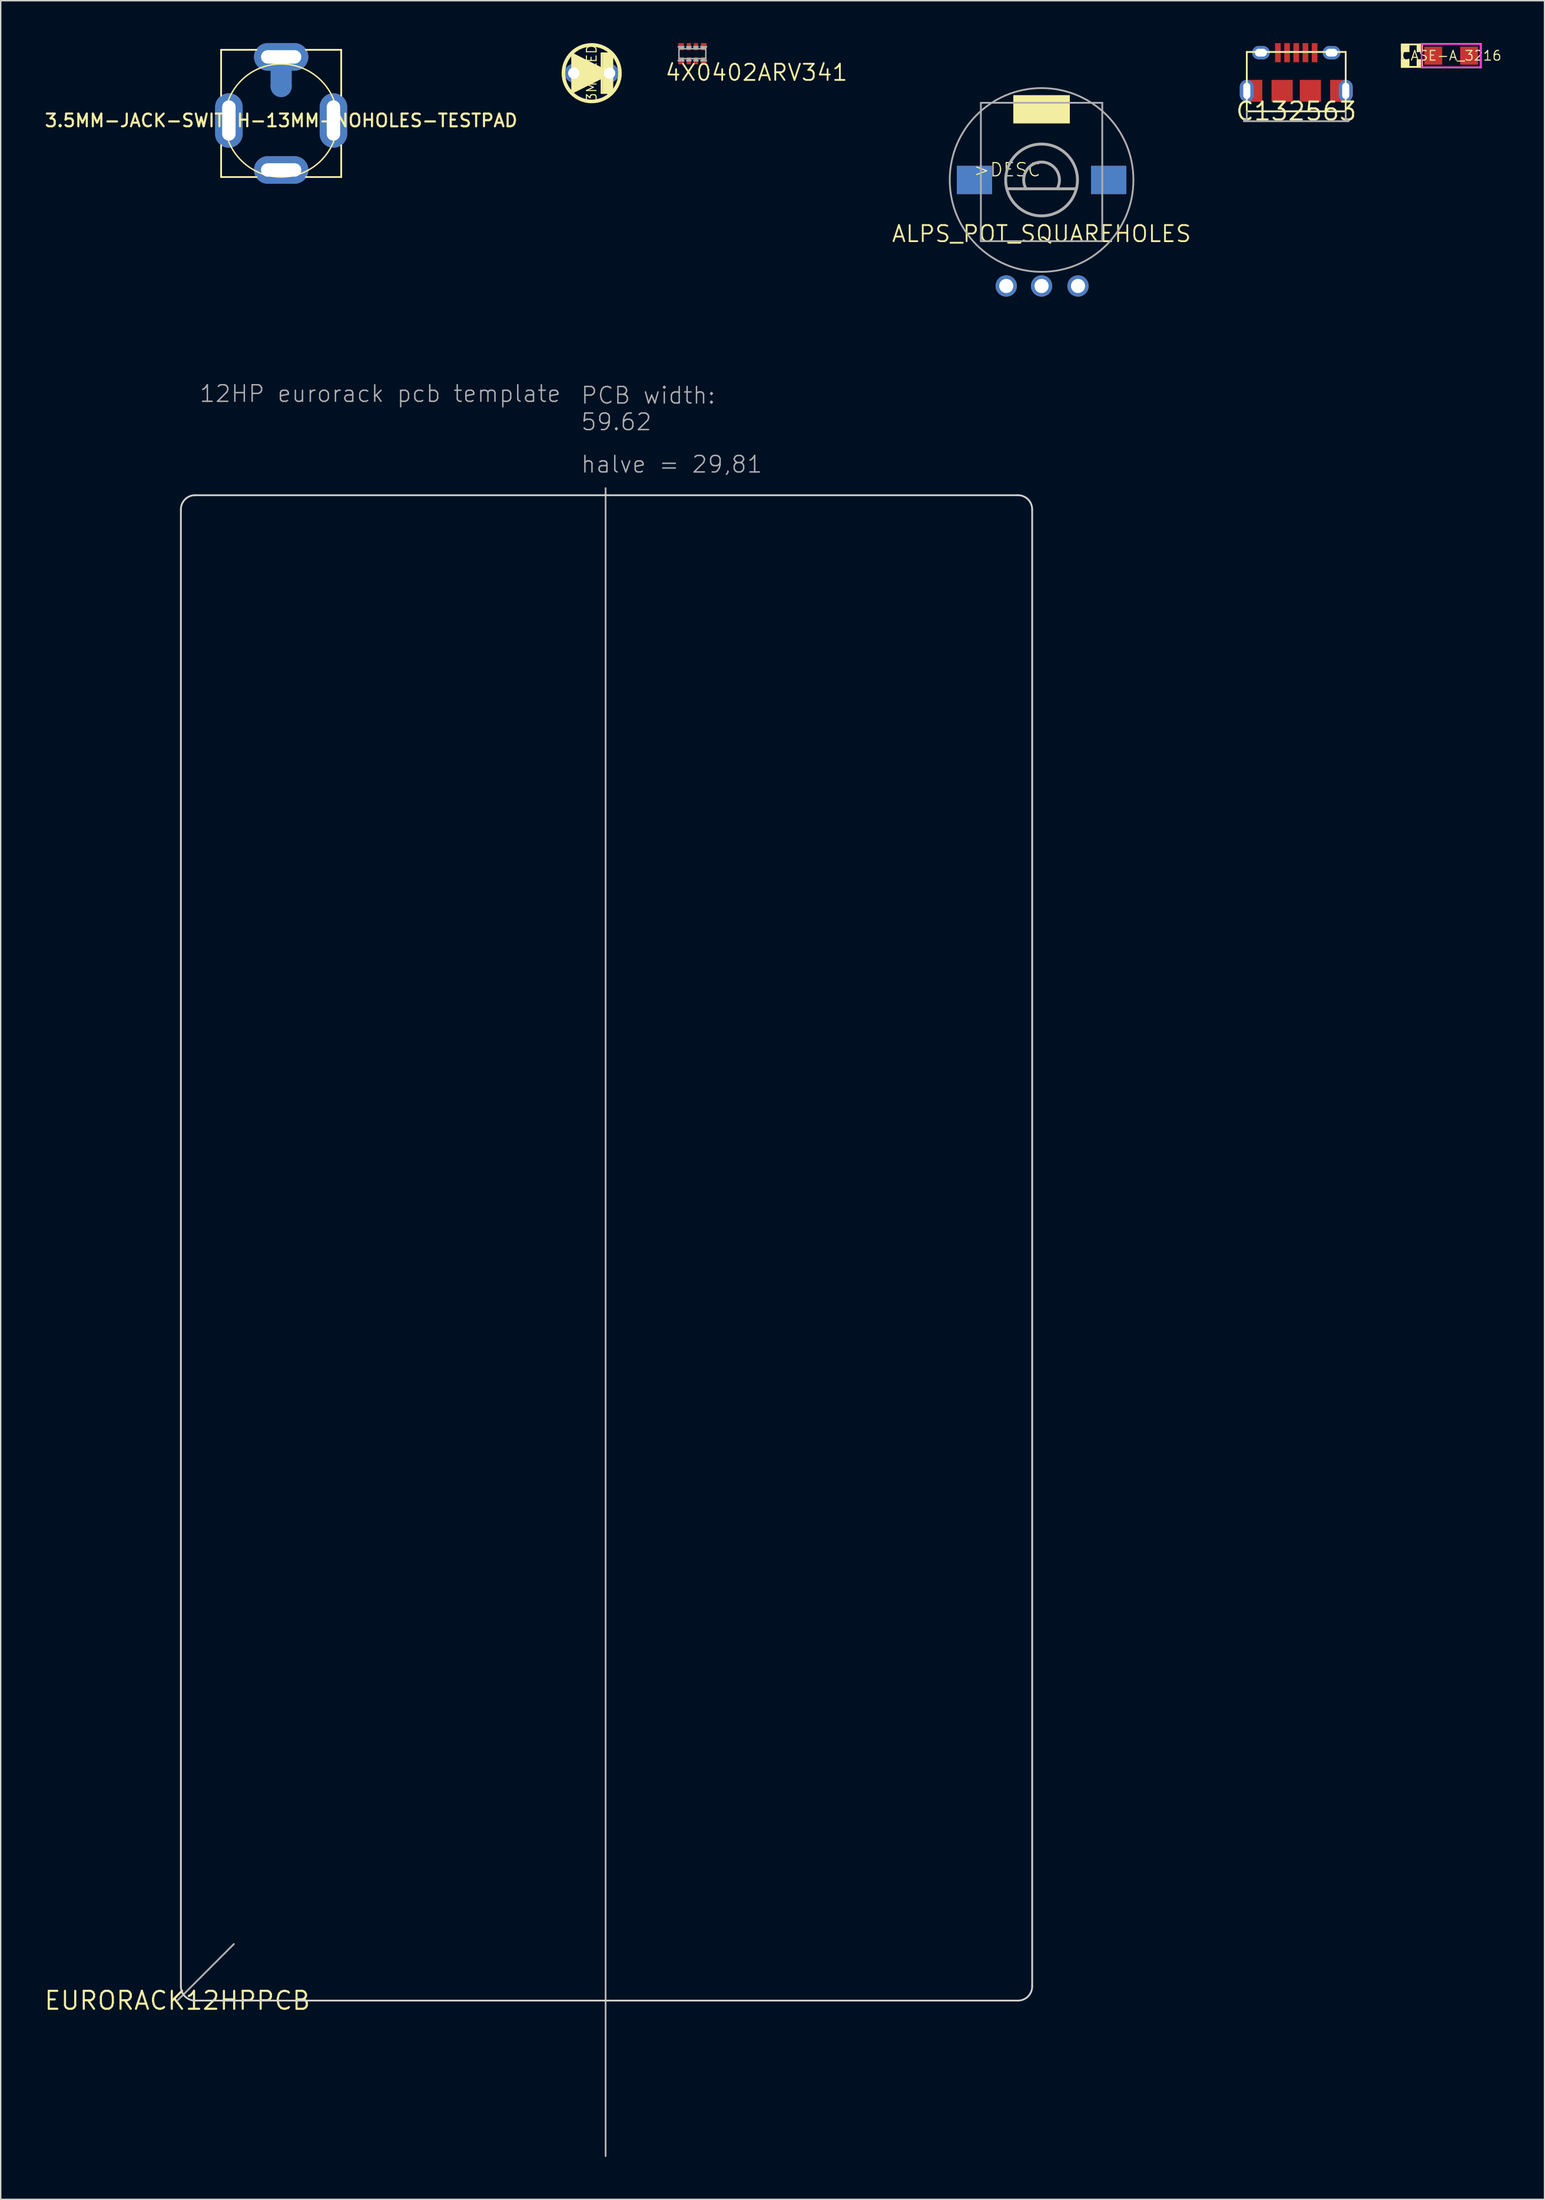
<source format=kicad_pcb>
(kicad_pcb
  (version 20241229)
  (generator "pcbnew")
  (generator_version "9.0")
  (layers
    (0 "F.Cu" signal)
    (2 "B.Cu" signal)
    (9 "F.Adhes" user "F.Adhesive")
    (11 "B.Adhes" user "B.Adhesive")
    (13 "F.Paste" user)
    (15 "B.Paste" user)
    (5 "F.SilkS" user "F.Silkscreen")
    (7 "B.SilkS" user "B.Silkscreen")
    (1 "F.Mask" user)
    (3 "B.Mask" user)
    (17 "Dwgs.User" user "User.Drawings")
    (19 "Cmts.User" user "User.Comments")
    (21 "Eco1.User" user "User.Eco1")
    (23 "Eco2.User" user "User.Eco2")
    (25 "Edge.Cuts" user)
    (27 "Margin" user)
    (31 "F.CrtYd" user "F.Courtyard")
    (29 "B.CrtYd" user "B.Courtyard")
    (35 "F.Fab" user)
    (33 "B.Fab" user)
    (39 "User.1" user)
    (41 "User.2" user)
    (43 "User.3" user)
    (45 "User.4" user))
  (footprint "4X0402ARV341"
    (layer "F.Cu")
    (at 45.953 0.75)
    (property "Reference" "4X0402ARV341" (at -2 2 0) (layer "F.SilkS") (effects (font (size 1.143 1.143) (thickness 0.127)) (justify left bottom)))
    (fp_line (start -0.95 -0.35) (end 0.95 -0.35) (stroke (width 0.102) (type solid)) (layer "F.Fab"))
    (fp_line (start -0.95 0.35) (end -0.95 -0.35) (stroke (width 0.102) (type solid)) (layer "F.Fab"))
    (fp_line (start 0.95 -0.35) (end 0.95 0.35) (stroke (width 0.102) (type solid)) (layer "F.Fab"))
    (fp_line (start 0.95 0.35) (end -0.95 0.35) (stroke (width 0.102) (type solid)) (layer "F.Fab"))
    (fp_poly (pts (xy -1 -0.475) (xy -0.6 -0.475) (xy -0.6 -0.5) (xy -1 -0.5)) (stroke (width 0.1) (type solid)) (fill no) (layer "F.Fab"))
    (fp_poly (pts (xy -0.825 -0.4) (xy -0.675 -0.4) (xy -0.675 -0.475) (xy -0.825 -0.475)) (stroke (width 0.1) (type solid)) (fill no) (layer "F.Fab"))
    (fp_poly (pts (xy -0.675 0.4) (xy -0.825 0.4) (xy -0.825 0.475) (xy -0.675 0.475)) (stroke (width 0.1) (type solid)) (fill no) (layer "F.Fab"))
    (fp_poly (pts (xy -0.6 0.475) (xy -1 0.475) (xy -1 0.5) (xy -0.6 0.5)) (stroke (width 0.1) (type solid)) (fill no) (layer "F.Fab"))
    (fp_poly (pts (xy -0.4 -0.475) (xy -0.1 -0.475) (xy -0.1 -0.5) (xy -0.4 -0.5)) (stroke (width 0.1) (type solid)) (fill no) (layer "F.Fab"))
    (fp_poly (pts (xy -0.325 -0.4) (xy -0.175 -0.4) (xy -0.175 -0.475) (xy -0.325 -0.475)) (stroke (width 0.1) (type solid)) (fill no) (layer "F.Fab"))
    (fp_poly (pts (xy -0.175 0.4) (xy -0.325 0.4) (xy -0.325 0.475) (xy -0.175 0.475)) (stroke (width 0.1) (type solid)) (fill no) (layer "F.Fab"))
    (fp_poly (pts (xy -0.1 0.475) (xy -0.4 0.475) (xy -0.4 0.5) (xy -0.1 0.5)) (stroke (width 0.1) (type solid)) (fill no) (layer "F.Fab"))
    (fp_poly (pts (xy 0.1 -0.475) (xy 0.4 -0.475) (xy 0.4 -0.5) (xy 0.1 -0.5)) (stroke (width 0.1) (type solid)) (fill no) (layer "F.Fab"))
    (fp_poly (pts (xy 0.175 -0.4) (xy 0.325 -0.4) (xy 0.325 -0.475) (xy 0.175 -0.475)) (stroke (width 0.1) (type solid)) (fill no) (layer "F.Fab"))
    (fp_poly (pts (xy 0.325 0.4) (xy 0.175 0.4) (xy 0.175 0.475) (xy 0.325 0.475)) (stroke (width 0.1) (type solid)) (fill no) (layer "F.Fab"))
    (fp_poly (pts (xy 0.4 0.475) (xy 0.1 0.475) (xy 0.1 0.5) (xy 0.4 0.5)) (stroke (width 0.1) (type solid)) (fill no) (layer "F.Fab"))
    (fp_poly (pts (xy 0.6 -0.475) (xy 1 -0.475) (xy 1 -0.5) (xy 0.6 -0.5)) (stroke (width 0.1) (type solid)) (fill no) (layer "F.Fab"))
    (fp_poly (pts (xy 0.675 -0.4) (xy 0.825 -0.4) (xy 0.825 -0.475) (xy 0.675 -0.475)) (stroke (width 0.1) (type solid)) (fill no) (layer "F.Fab"))
    (fp_poly (pts (xy 0.825 0.4) (xy 0.675 0.4) (xy 0.675 0.475) (xy 0.825 0.475)) (stroke (width 0.1) (type solid)) (fill no) (layer "F.Fab"))
    (fp_poly (pts (xy 1 0.475) (xy 0.6 0.475) (xy 0.6 0.5) (xy 1 0.5)) (stroke (width 0.1) (type solid)) (fill no) (layer "F.Fab"))
    (pad "1" smd rect (at -0.8 0.5) (size 0.4 0.5) (layers "F.Cu" "F.Mask" "F.Paste"))
    (pad "2" smd rect (at -0.25 0.5) (size 0.3 0.5) (layers "F.Cu" "F.Mask" "F.Paste"))
    (pad "3" smd rect (at 0.25 0.5) (size 0.3 0.5) (layers "F.Cu" "F.Mask" "F.Paste"))
    (pad "4" smd rect (at 0.8 0.5) (size 0.4 0.5) (layers "F.Cu" "F.Mask" "F.Paste"))
    (pad "5" smd rect (at 0.8 -0.5) (size 0.4 0.5) (layers "F.Cu" "F.Mask" "F.Paste"))
    (pad "6" smd rect (at 0.25 -0.5) (size 0.3 0.5) (layers "F.Cu" "F.Mask" "F.Paste"))
    (pad "7" smd rect (at -0.25 -0.5) (size 0.3 0.5) (layers "F.Cu" "F.Mask" "F.Paste"))
    (pad "8" smd rect (at -0.8 -0.5) (size 0.4 0.5) (layers "F.Cu" "F.Mask" "F.Paste")))
  (footprint "ALPS_POT_SQUAREHOLES"
    (layer "F.Cu")
    (at 70.667 9.682)
    (property "Reference" "ALPS_POT_SQUAREHOLES" (at 0 3.81 0) (layer "F.SilkS") (effects (font (size 1.143 1.143) (thickness 0.127))))
    (fp_poly (pts (xy -2 -4) (xy 2 -4) (xy 2 -6) (xy -2 -6)) (stroke (width 0) (type solid)) (fill yes) (layer "F.SilkS"))
    (fp_line (start -4.295 -5.46) (end 4.295 -5.46) (stroke (width 0.127) (type solid)) (layer "F.Fab"))
    (fp_line (start -4.295 4.33) (end -4.295 -5.46) (stroke (width 0.127) (type solid)) (layer "F.Fab"))
    (fp_line (start 2.45 0.625) (end -2.425 0.625) (stroke (width 0.203) (type solid)) (layer "F.Fab"))
    (fp_line (start 4.295 -5.46) (end 4.295 4.33) (stroke (width 0.127) (type solid)) (layer "F.Fab"))
    (fp_line (start 4.295 4.33) (end -4.295 4.33) (stroke (width 0.127) (type solid)) (layer "F.Fab"))
    (fp_arc (start -1.1 0.625) (mid 0 -1.265158) (end 1.1 0.625) (stroke (width 0.2032) (type solid)) (layer "F.Fab"))
    (fp_circle (center 0 0) (end 2.54 0) (stroke (width 0.203) (type solid)) (fill no) (layer "F.Fab"))
    (fp_circle (center 0 0) (end 6.5 0) (stroke (width 0.127) (type solid)) (fill no) (layer "F.Fab"))
    (fp_circle (center 0 0) (end 4.75 0) (stroke (width 0.003) (type solid)) (fill no) (layer "User.3"))
    (fp_text user ">DESC" (at 0 -1.27 0) (layer "F.SilkS") (effects (font (size 0.935 0.935) (thickness 0.081)) (justify right top)))
    (fp_text user ">DESC" (at 0 -7.62 0) (layer "User.2") (effects (font (size 1.636 1.636) (thickness 0.142)) (justify bottom)))
    (pad "P$1" thru_hole circle (at -2.5 7.5 90) (size 1.508 1.508) (drill 1) (layers "*.Cu" "*.Mask"))
    (pad "P$2" thru_hole circle (at 0 7.5 90) (size 1.508 1.508) (drill 1) (layers "*.Cu" "*.Mask"))
    (pad "P$3" thru_hole circle (at 2.58 7.5 90) (size 1.508 1.508) (drill 1) (layers "*.Cu" "*.Mask"))
    (pad "P$4" smd rect (at -4.75 0) (size 2.5 2) (layers "F.Cu" "F.Mask"))
    (pad "P$5" smd rect (at 4.75 0) (size 2.5 2) (layers "F.Cu" "F.Mask"))
    (pad "P$6" smd rect (at -4.75 0) (size 2.5 2) (layers "B.Cu" "B.Mask"))
    (pad "P$7" smd rect (at 4.75 0) (size 2.5 2) (layers "B.Cu" "B.Mask"))
    (zone (net_name "") (layer "F.Cu") (hatch edge 0.508) (connect_pads) (min_thickness 0.254) (filled_areas_thickness no) (keepout (tracks not_allowed) (vias not_allowed) (pads not_allowed) (copperpour not_allowed) (footprints allowed)) (placement (enabled no)) (fill) (polygon (pts (xy 68.667 5.682) (xy 72.667 5.682) (xy 72.667 3.682) (xy 68.667 3.682)))))
  (footprint "3MMLED"
    (layer "F.Cu")
    (at 38.826 2.127)
    (property "Reference" "3MMLED" (at 0 0 270) (layer "F.SilkS") (effects (font (size 0.686 0.686) (thickness 0.076))))
    (attr through_hole)
    (fp_line (start 0.699 -1.401) (end 0.699 1.401) (stroke (width 0.127) (type solid)) (layer "F.SilkS"))
    (fp_line (start 0.699 1.401) (end 1.323 1.401) (stroke (width 0.127) (type solid)) (layer "F.SilkS"))
    (fp_line (start 1.27 -1.27) (end 1.27 1.27) (stroke (width 0.508) (type solid)) (layer "F.SilkS"))
    (fp_line (start 1.323 -1.401) (end 0.699 -1.401) (stroke (width 0.127) (type solid)) (layer "F.SilkS"))
    (fp_line (start 1.323 1.401) (end 1.323 -1.401) (stroke (width 0.127) (type solid)) (layer "F.SilkS"))
    (fp_circle (center 0 0) (end 2 0) (stroke (width 0.254) (type solid)) (fill no) (layer "F.SilkS"))
    (fp_poly (pts (xy 1.517 0) (xy -1.446 1.478) (xy -1.446 -1.478)) (stroke (width 0) (type solid)) (fill yes) (layer "F.SilkS"))
    (fp_poly (pts (xy 0.762 1.397) (xy 1.27 1.397) (xy 1.27 -1.397) (xy 0.762 -1.397)) (stroke (width 0) (type solid)) (fill yes) (layer "F.SilkS"))
    (fp_circle (center 0 0) (end 1.525 0) (stroke (width 0.01) (type solid)) (fill no) (layer "User.3"))
    (pad "1" thru_hole circle (at 1.27 0) (size 1.308 1.308) (drill 0.8) (layers "*.Cu" "*.Mask"))
    (pad "2" thru_hole circle (at -1.27 0) (size 1.308 1.308) (drill 0.8) (layers "*.Cu" "*.Mask")))
  (footprint "3.5MM-JACK-SWITCH-13MM-NOHOLES-TESTPAD"
    (layer "F.Cu")
    (at 16.849 5.475)
    (property "Reference" "3.5MM-JACK-SWITCH-13MM-NOHOLES-TESTPAD" (at 0 0 0) (layer "F.SilkS") (effects (font (size 0.9 0.9) (thickness 0.15))))
    (attr through_hole)
    (fp_poly (pts (xy 0.7 -2.4) (xy -0.7 -2.4) (xy -0.7 -3.7) (xy 0.7 -3.7)) (stroke (width 0.1) (type solid)) (fill yes) (layer "B.Cu"))
    (fp_line (start -4.25 -5) (end -1.75 -5) (stroke (width 0.127) (type solid)) (layer "F.SilkS"))
    (fp_line (start -4.25 -1.75) (end -4.25 -5) (stroke (width 0.127) (type solid)) (layer "F.SilkS"))
    (fp_line (start -4.25 4) (end -4.25 1.75) (stroke (width 0.127) (type solid)) (layer "F.SilkS"))
    (fp_line (start -1.75 4) (end -4.25 4) (stroke (width 0.127) (type solid)) (layer "F.SilkS"))
    (fp_line (start 1.75 -5) (end 4.25 -5) (stroke (width 0.127) (type solid)) (layer "F.SilkS"))
    (fp_line (start 4.25 -5) (end 4.25 -1.75) (stroke (width 0.127) (type solid)) (layer "F.SilkS"))
    (fp_line (start 4.25 1.75) (end 4.25 4) (stroke (width 0.127) (type solid)) (layer "F.SilkS"))
    (fp_line (start 4.25 4) (end 1.75 4) (stroke (width 0.127) (type solid)) (layer "F.SilkS"))
    (fp_circle (center 0 0) (end 4 0) (stroke (width 0.1) (type solid)) (fill no) (layer "F.SilkS"))
    (fp_circle (center 0 0) (end 1.8 0) (stroke (width 0.127) (type solid)) (fill no) (layer "User.2"))
    (pad "RING" thru_hole oval (at -3.7 0 90) (size 3.85 1.95) (drill oval 2.85 0.95) (layers "*.Cu" "*.Mask"))
    (pad "SECOND" thru_hole oval (at 0 3.5) (size 3.85 1.95) (drill oval 2.85 0.95) (layers "*.Cu" "*.Mask"))
    (pad "SWITCH" thru_hole oval (at 3.7 0 90) (size 3.85 1.95) (drill oval 2.85 0.95) (layers "*.Cu" "*.Mask"))
    (pad "TIP" thru_hole oval (at 0 -4.5) (size 3.85 1.95) (drill oval 2.85 0.95) (layers "*.Cu" "*.Mask"))
    (pad "TIP" smd circle (at 0 -2.4) (size 1.5 1.5) (layers "B.Cu" "B.Mask")))
  (footprint "C132563"
    (layer "F.Cu")
    (at 88.691 4.825)
    (property "Reference" "C132563" (at 0 0 0) (layer "F.SilkS") (effects (font (size 1.27 1.27) (thickness 0.15))))
    (fp_line (start -3.5 -4.2) (end -3.5 0) (stroke (width 0.127) (type solid)) (layer "F.SilkS"))
    (fp_line (start -3.5 0) (end 3.5 0) (stroke (width 0.127) (type solid)) (layer "F.SilkS"))
    (fp_line (start 3.5 -4.2) (end -3.5 -4.2) (stroke (width 0.127) (type solid)) (layer "F.SilkS"))
    (fp_line (start 3.5 0) (end 3.5 -4.2) (stroke (width 0.127) (type solid)) (layer "F.SilkS"))
    (fp_line (start -3.5 0) (end -3.5 0.6) (stroke (width 0.127) (type solid)) (layer "F.Fab"))
    (fp_line (start -3.5 0.6) (end -3.6 0.6) (stroke (width 0.127) (type solid)) (layer "F.Fab"))
    (fp_line (start 3.5 0.6) (end 3.5 0) (stroke (width 0.127) (type solid)) (layer "F.Fab"))
    (fp_line (start 3.5 0.6) (end 3.6 0.6) (stroke (width 0.127) (type solid)) (layer "F.Fab"))
    (fp_line (start 3.7 0.7) (end -3.7 0.7) (stroke (width 0.127) (type solid)) (layer "F.Fab"))
    (fp_arc (start -3.7 0.7) (mid -3.670711 0.629289) (end -3.6 0.6) (stroke (width 0.127) (type solid)) (layer "F.Fab"))
    (fp_arc (start 3.6 0.6) (mid 3.670711 0.629289) (end 3.7 0.7) (stroke (width 0.127) (type solid)) (layer "F.Fab"))
    (pad "1" smd rect (at -1.3 -4.15 90) (size 1.35 0.4) (layers "F.Cu" "F.Mask" "F.Paste"))
    (pad "2" smd rect (at -0.65 -4.15 90) (size 1.35 0.4) (layers "F.Cu" "F.Mask" "F.Paste"))
    (pad "3" smd rect (at 0 -4.15 90) (size 1.35 0.4) (layers "F.Cu" "F.Mask" "F.Paste"))
    (pad "4" smd rect (at 0.65 -4.15 90) (size 1.35 0.4) (layers "F.Cu" "F.Mask" "F.Paste"))
    (pad "5" smd rect (at 1.3 -4.15 90) (size 1.35 0.4) (layers "F.Cu" "F.Mask" "F.Paste"))
    (pad "B@2" thru_hole roundrect (at -2.5 -4.15 180) (size 1.25 0.95) (drill oval 0.85 0.55) (layers "*.Cu" "*.Mask") (roundrect_rratio 0.5))
    (pad "B@4" thru_hole roundrect (at 2.5 -4.15 180) (size 1.25 0.95) (drill oval 0.85 0.55) (layers "*.Cu" "*.Mask") (roundrect_rratio 0.5))
    (pad "B@5" smd rect (at 2.95 -1.45 90) (size 1.55 1.1) (layers "F.Cu" "F.Mask" "F.Paste"))
    (pad "B@6" smd rect (at 1 -1.45) (size 1.5 1.55) (layers "F.Cu" "F.Mask" "F.Paste"))
    (pad "B@7" smd rect (at -1 -1.45) (size 1.5 1.55) (layers "F.Cu" "F.Mask" "F.Paste"))
    (pad "B@8" smd rect (at -2.95 -1.45 90) (size 1.55 1.1) (layers "F.Cu" "F.Mask" "F.Paste"))
    (pad "B@9" thru_hole roundrect (at -3.5 -1.45 90) (size 1.55 1) (drill oval 1.15 0.5) (layers "*.Cu" "*.Mask") (roundrect_rratio 0.5))
    (pad "B@12" thru_hole roundrect (at 3.5 -1.45 90) (size 1.55 1) (drill oval 1.15 0.5) (layers "*.Cu" "*.Mask") (roundrect_rratio 0.5)))
  (footprint "EURORACK12HPPCB"
    (layer "F.Cu")
    (at 9.502 138.486)
    (property "Reference" "EURORACK12HPPCB" (at 0 0 0) (layer "F.SilkS") (effects (font (size 1.27 1.27) (thickness 0.15))))
    (fp_line (start 0.25 -105.5) (end 0.25 -1) (stroke (width 0.127) (type solid)) (layer "Edge.Cuts"))
    (fp_line (start 1.25 0) (end 59.5 0) (stroke (width 0.127) (type solid)) (layer "Edge.Cuts"))
    (fp_line (start 59.5 -106.5) (end 1.25 -106.5) (stroke (width 0.127) (type solid)) (layer "Edge.Cuts"))
    (fp_line (start 60.5 -1) (end 60.5 -105.5) (stroke (width 0.127) (type solid)) (layer "Edge.Cuts"))
    (fp_arc (start 0.25 -105.5) (mid 0.542893 -106.207107) (end 1.25 -106.5) (stroke (width 0.127) (type solid)) (layer "Edge.Cuts"))
    (fp_arc (start 1.25 0) (mid 0.542893 -0.292893) (end 0.25 -1) (stroke (width 0.127) (type solid)) (layer "Edge.Cuts"))
    (fp_arc (start 59.5 -106.5) (mid 60.207107 -106.207107) (end 60.5 -105.5) (stroke (width 0.127) (type solid)) (layer "Edge.Cuts"))
    (fp_arc (start 60.5 -1) (mid 60.207107 -0.292893) (end 59.5 0) (stroke (width 0.127) (type solid)) (layer "Edge.Cuts"))
    (fp_line (start 0 0) (end 4 -4) (stroke (width 0.127) (type solid)) (layer "F.Fab"))
    (fp_line (start 30.31 -107) (end 30.31 11) (stroke (width 0.127) (type solid)) (layer "F.Fab"))
    (fp_line (start 0 -117.5) (end 0 11) (stroke (width 0.1) (type solid)) (layer "User.3"))
    (fp_line (start 0 11) (end 60.62 11) (stroke (width 0.1) (type solid)) (layer "User.3"))
    (fp_line (start 60.62 -117.5) (end 0 -117.5) (stroke (width 0.1) (type solid)) (layer "User.3"))
    (fp_line (start 60.62 11) (end 60.62 -117.5) (stroke (width 0.1) (type solid)) (layer "User.3"))
    (fp_circle (center 7.5 -114.5) (end 9.1 -114.5) (stroke (width 0.025) (type solid)) (fill no) (layer "User.3"))
    (fp_circle (center 7.5 8) (end 9.1 8) (stroke (width 0.025) (type solid)) (fill no) (layer "User.3"))
    (fp_circle (center 53.22 -114.5) (end 54.82 -114.5) (stroke (width 0.025) (type solid)) (fill no) (layer "User.3"))
    (fp_circle (center 53.22 8) (end 54.82 8) (stroke (width 0.025) (type solid)) (fill no) (layer "User.3"))
    (fp_text user "halve = 29,81" (at 28.5 -108 0) (layer "F.Fab") (effects (font (size 1.168 1.168) (thickness 0.102)) (justify left bottom)))
    (fp_text user "12HP eurorack pcb template" (at 1.5 -113 0) (layer "F.Fab") (effects (font (size 1.168 1.168) (thickness 0.102)) (justify left bottom)))
    (fp_text user "PCB width: \n59.62" (at 28.5 -111 0) (layer "F.Fab") (effects (font (size 1.168 1.168) (thickness 0.102)) (justify left bottom))))
  (footprint "CASE-A_3216"
    (layer "F.Cu")
    (at 99.658 0.889)
    (property "Reference" "CASE-A_3216" (at 0 0 0) (layer "F.SilkS") (effects (font (size 0.686 0.686) (thickness 0.076))))
    (fp_line (start -3.493 -0.794) (end -3.493 0.794) (stroke (width 0.127) (type solid)) (layer "F.SilkS"))
    (fp_line (start -3.493 0.794) (end -2.064 0.794) (stroke (width 0.127) (type solid)) (layer "F.SilkS"))
    (fp_line (start -2.095 -0.826) (end 2.095 -0.826) (stroke (width 0.127) (type solid)) (layer "F.SilkS"))
    (fp_line (start -2.064 -0.794) (end -3.493 -0.794) (stroke (width 0.127) (type solid)) (layer "F.SilkS"))
    (fp_line (start 2.095 -0.826) (end 2.095 0.826) (stroke (width 0.127) (type solid)) (layer "F.SilkS"))
    (fp_line (start 2.095 0.826) (end -2.095 0.826) (stroke (width 0.127) (type solid)) (layer "F.SilkS"))
    (fp_poly (pts (xy -2.953 -0.254) (xy -3.556 -0.254) (xy -3.556 -0.857) (xy -2.953 -0.857)) (stroke (width 0) (type solid)) (fill yes) (layer "F.SilkS"))
    (fp_poly (pts (xy -2.953 0.857) (xy -3.556 0.857) (xy -3.556 0.254) (xy -2.953 0.254)) (stroke (width 0) (type solid)) (fill yes) (layer "F.SilkS"))
    (fp_poly (pts (xy -2 -0.254) (xy -2.445 -0.254) (xy -2.445 -0.857) (xy -2 -0.857)) (stroke (width 0) (type solid)) (fill yes) (layer "F.SilkS"))
    (fp_poly (pts (xy -2 0.857) (xy -2.445 0.857) (xy -2.445 0.254) (xy -2 0.254)) (stroke (width 0) (type solid)) (fill yes) (layer "F.SilkS"))
    (fp_poly (pts (xy -2.095 0.826) (xy 2.095 0.826) (xy 2.095 -0.826) (xy -2.095 -0.826)) (stroke (width 0.1) (type solid)) (fill no) (layer "F.CrtYd"))
    (pad "+" smd rect (at -1.27 0) (size 1.27 1.27) (layers "F.Cu" "F.Mask" "F.Paste"))
    (pad "-" smd rect (at 1.27 0 180) (size 1.27 1.27) (layers "F.Cu" "F.Mask" "F.Paste")))
  (gr_rect
    (start -3 -3)
    (end 106.263 152.55)
    (stroke (width 0.1) (type default))
    (fill no)
    (layer "Edge.Cuts")))
</source>
